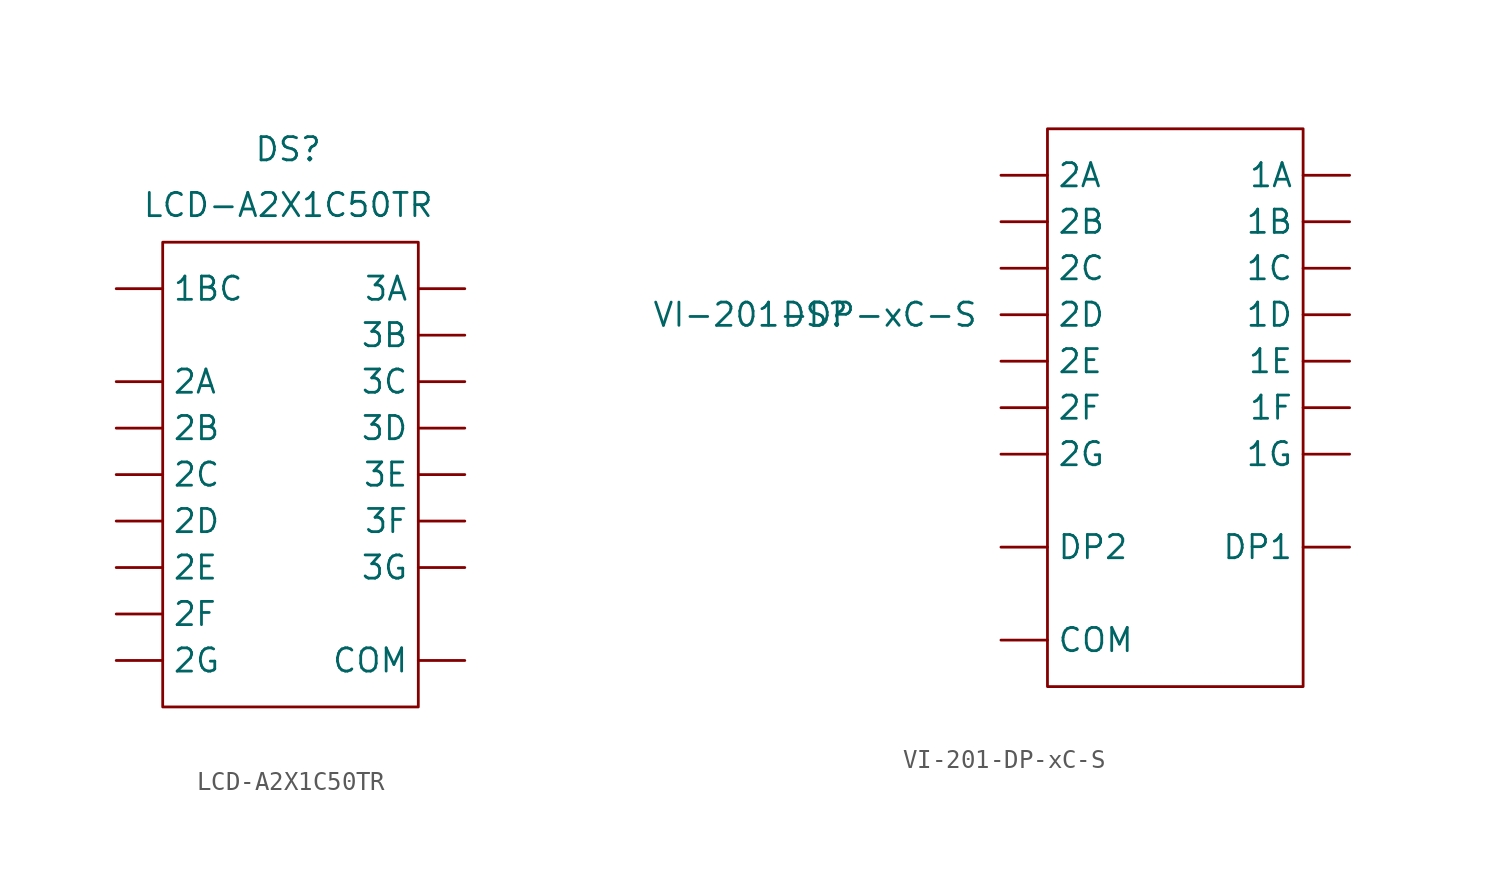
<source format=kicad_sym>
(kicad_symbol_lib
  (version 20231120)
  (generator "kicad_symbol_editor")
  (generator_version "8.0")
  (symbol "LCD-A2X1C50TR"
    (pin_numbers hide)
    (property "Reference" "DS"
      (at 19.558 15.24 0)
      (effects (font (size 1.27 1.27))))
    (property "Value" "LCD-A2X1C50TR"
      (at 19.558 12.192 0)
      (effects (font (size 1.27 1.27))))
    (symbol "LCD-A2X1C50TR_0_1"
      (rectangle (start 12.7 10.16) (end 26.67 -15.24) (stroke (width 0) (type default)) (fill (type none))))
    (symbol "LCD-A2X1C50TR_1_1"
      (pin input line (at 10.16 7.62 0) (length 2.54) (name "1BC" (effects (font (size 1.27 1.27)))) (number "1" (effects (font (size 1.27 1.27)))))
      (pin input line (at 10.16 0 0) (length 2.54) (name "2B" (effects (font (size 1.27 1.27)))) (number "10" (effects (font (size 1.27 1.27)))))
      (pin input line (at 10.16 2.54 0) (length 2.54) (name "2A" (effects (font (size 1.27 1.27)))) (number "11" (effects (font (size 1.27 1.27)))))
      (pin input line (at 10.16 -10.16 0) (length 2.54) (name "2F" (effects (font (size 1.27 1.27)))) (number "12" (effects (font (size 1.27 1.27)))))
      (pin input line (at 10.16 -12.7 0) (length 2.54) (name "2G" (effects (font (size 1.27 1.27)))) (number "13" (effects (font (size 1.27 1.27)))))
      (pin input line (at 10.16 -7.62 0) (length 2.54) (name "2E" (effects (font (size 1.27 1.27)))) (number "14" (effects (font (size 1.27 1.27)))))
      (pin input line (at 10.16 -5.08 0) (length 2.54) (name "2D" (effects (font (size 1.27 1.27)))) (number "15" (effects (font (size 1.27 1.27)))))
      (pin input line (at 29.21 -12.7 180) (length 2.54) (name "COM" (effects (font (size 1.27 1.27)))) (number "16" (effects (font (size 1.27 1.27)))))
      (pin input line (at 29.21 -5.08 180) (length 2.54) (name "3F" (effects (font (size 1.27 1.27)))) (number "2" (effects (font (size 1.27 1.27)))))
      (pin input line (at 29.21 -7.62 180) (length 2.54) (name "3G" (effects (font (size 1.27 1.27)))) (number "3" (effects (font (size 1.27 1.27)))))
      (pin input line (at 29.21 -2.54 180) (length 2.54) (name "3E" (effects (font (size 1.27 1.27)))) (number "4" (effects (font (size 1.27 1.27)))))
      (pin input line (at 29.21 0 180) (length 2.54) (name "3D" (effects (font (size 1.27 1.27)))) (number "5" (effects (font (size 1.27 1.27)))))
      (pin input line (at 29.21 2.54 180) (length 2.54) (name "3C" (effects (font (size 1.27 1.27)))) (number "6" (effects (font (size 1.27 1.27)))))
      (pin input line (at 29.21 5.08 180) (length 2.54) (name "3B" (effects (font (size 1.27 1.27)))) (number "7" (effects (font (size 1.27 1.27)))))
      (pin input line (at 29.21 7.62 180) (length 2.54) (name "3A" (effects (font (size 1.27 1.27)))) (number "8" (effects (font (size 1.27 1.27)))))
      (pin input line (at 10.16 -2.54 0) (length 2.54) (name "2C" (effects (font (size 1.27 1.27)))) (number "9" (effects (font (size 1.27 1.27)))))))
  (symbol "VI-201-DP-xC-S"
    (pin_numbers hide)
    (property "Reference" "DS"
      (at 0 0 0)
      (effects (font (size 1.27 1.27))))
    (property "Value" "VI-201-DP-xC-S"
      (at 0 0 0)
      (effects (font (size 1.27 1.27))))
    (symbol "VI-201-DP-xC-S_0_1"
      (rectangle (start 12.7 10.16) (end 26.67 -20.32) (stroke (width 0) (type default)) (fill (type none))))
    (symbol "VI-201-DP-xC-S_1_1"
      (pin input line (at 10.16 -17.78 0) (length 2.54) (name "COM" (effects (font (size 1.27 1.27)))) (number "1" (effects (font (size 1.27 1.27)))))
      (pin input line (at 29.21 5.08 180) (length 2.54) (name "1B" (effects (font (size 1.27 1.27)))) (number "10" (effects (font (size 1.27 1.27)))))
      (pin input line (at 29.21 7.62 180) (length 2.54) (name "1A" (effects (font (size 1.27 1.27)))) (number "11" (effects (font (size 1.27 1.27)))))
      (pin input line (at 29.21 -5.08 180) (length 2.54) (name "1F" (effects (font (size 1.27 1.27)))) (number "12" (effects (font (size 1.27 1.27)))))
      (pin input line (at 29.21 -7.62 180) (length 2.54) (name "1G" (effects (font (size 1.27 1.27)))) (number "13" (effects (font (size 1.27 1.27)))))
      (pin input line (at 10.16 5.08 0) (length 2.54) (name "2B" (effects (font (size 1.27 1.27)))) (number "14" (effects (font (size 1.27 1.27)))))
      (pin input line (at 10.16 7.62 0) (length 2.54) (name "2A" (effects (font (size 1.27 1.27)))) (number "15" (effects (font (size 1.27 1.27)))))
      (pin input line (at 10.16 -5.08 0) (length 2.54) (name "2F" (effects (font (size 1.27 1.27)))) (number "16" (effects (font (size 1.27 1.27)))))
      (pin input line (at 10.16 -7.62 0) (length 2.54) (name "2G" (effects (font (size 1.27 1.27)))) (number "17" (effects (font (size 1.27 1.27)))))
      (pin input line (at 10.16 -12.7 0) (length 2.54) (name "DP2" (effects (font (size 1.27 1.27)))) (number "2" (effects (font (size 1.27 1.27)))))
      (pin input line (at 10.16 -2.54 0) (length 2.54) (name "2E" (effects (font (size 1.27 1.27)))) (number "3" (effects (font (size 1.27 1.27)))))
      (pin input line (at 10.16 0 0) (length 2.54) (name "2D" (effects (font (size 1.27 1.27)))) (number "4" (effects (font (size 1.27 1.27)))))
      (pin input line (at 10.16 2.54 0) (length 2.54) (name "2C" (effects (font (size 1.27 1.27)))) (number "5" (effects (font (size 1.27 1.27)))))
      (pin input line (at 29.21 -12.7 180) (length 2.54) (name "DP1" (effects (font (size 1.27 1.27)))) (number "6" (effects (font (size 1.27 1.27)))))
      (pin input line (at 29.21 -2.54 180) (length 2.54) (name "1E" (effects (font (size 1.27 1.27)))) (number "7" (effects (font (size 1.27 1.27)))))
      (pin input line (at 29.21 0 180) (length 2.54) (name "1D" (effects (font (size 1.27 1.27)))) (number "8" (effects (font (size 1.27 1.27)))))
      (pin input line (at 29.21 2.54 180) (length 2.54) (name "1C" (effects (font (size 1.27 1.27)))) (number "9" (effects (font (size 1.27 1.27))))))))
</source>
